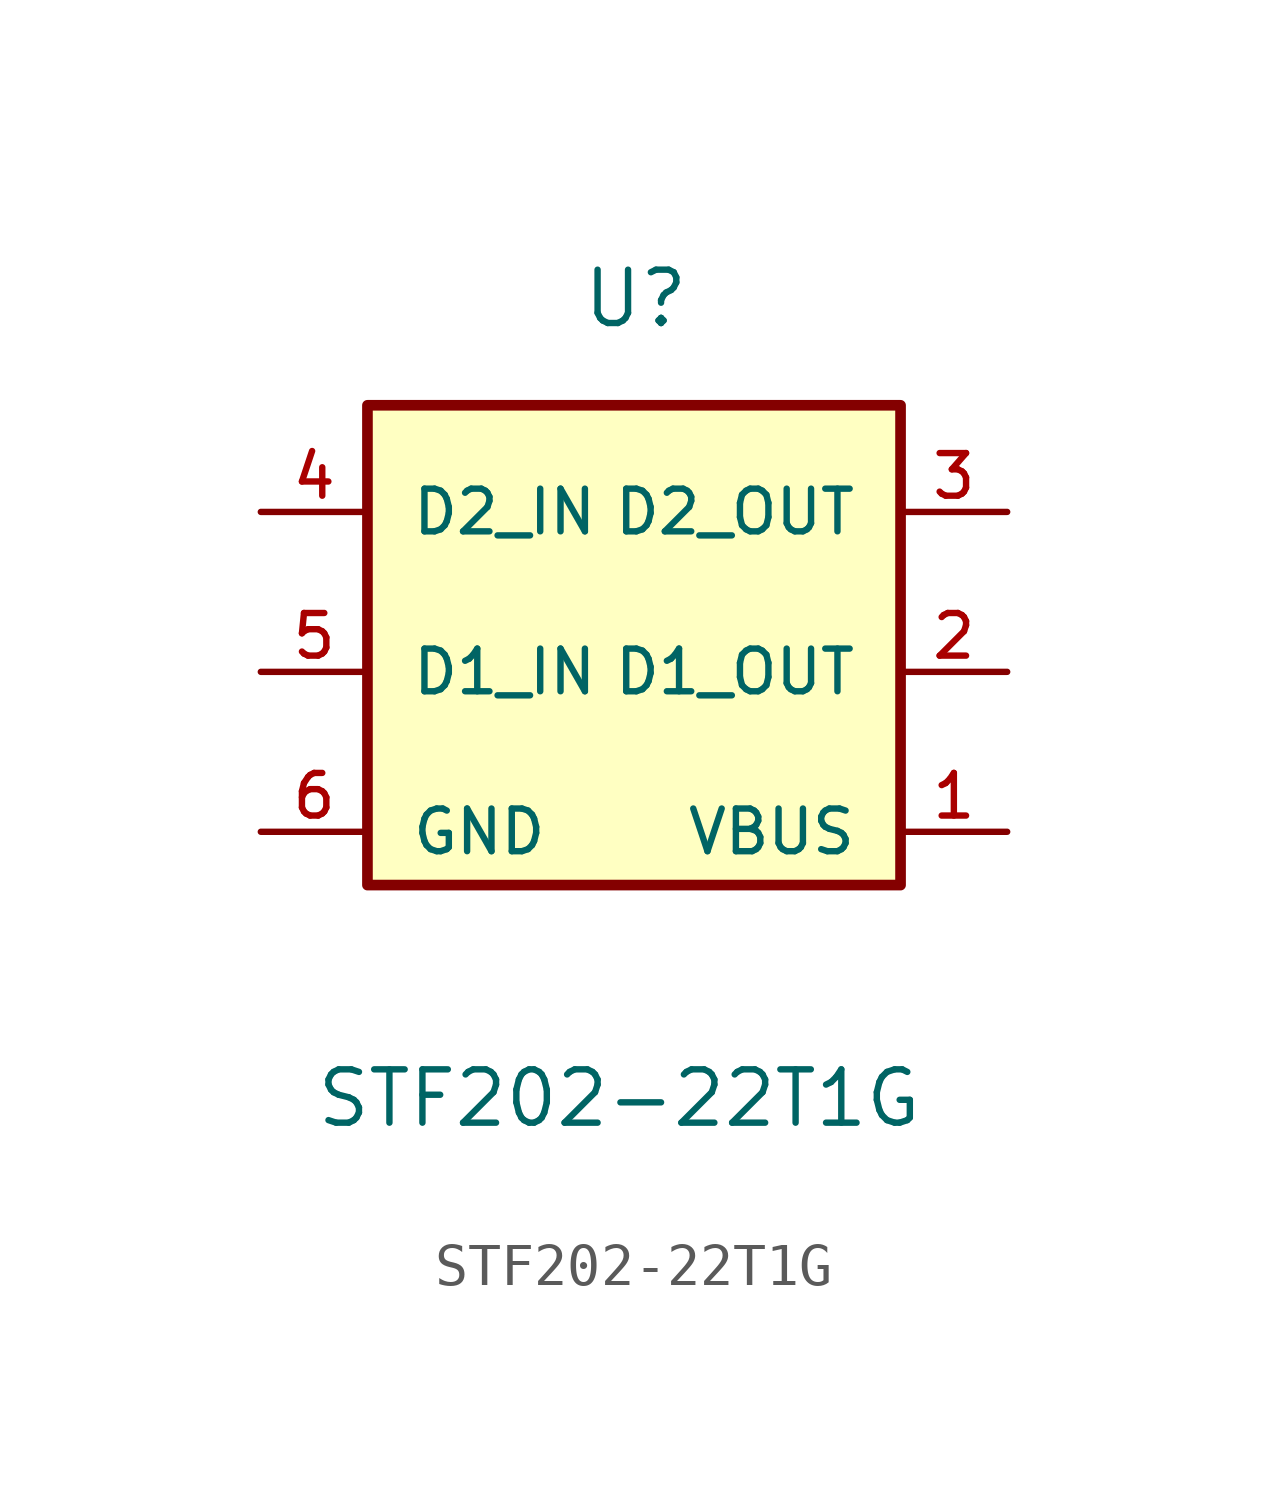
<source format=kicad_sym>
(kicad_symbol_lib
  (version 20211014)
  (generator kicad_symbol_editor)
  (symbol "STF202-22T1G"
    (pin_names
      (offset 1.016))
    (property "Reference" "U"
      (at -1.27 8.89 0)
      (effects (font (size 1.27 1.27)) (justify left)))
    (property "Value" "STF202-22T1G"
      (at -7.62 -10.16 0)
      (effects (font (size 1.27 1.27)) (justify left)))
    (symbol "STF202-22T1G_0_0"
      (rectangle (start -6.35 6.35) (end 6.35 -5.08) (stroke (width 0.254) (type default) (color 0 0 0 0)) (fill (type background)))
      (pin bidirectional line (at 8.89 -3.81 180) (length 2.54) (name "VBUS" (effects (font (size 1.016 1.016)))) (number "1" (effects (font (size 1.016 1.016)))))
      (pin bidirectional line (at 8.89 0 180) (length 2.54) (name "D1_OUT" (effects (font (size 1.016 1.016)))) (number "2" (effects (font (size 1.016 1.016)))))
      (pin bidirectional line (at 8.89 3.81 180) (length 2.54) (name "D2_OUT" (effects (font (size 1.016 1.016)))) (number "3" (effects (font (size 1.016 1.016)))))
      (pin bidirectional line (at -8.89 3.81 0) (length 2.54) (name "D2_IN" (effects (font (size 1.016 1.016)))) (number "4" (effects (font (size 1.016 1.016)))))
      (pin bidirectional line (at -8.89 0 0) (length 2.54) (name "D1_IN" (effects (font (size 1.016 1.016)))) (number "5" (effects (font (size 1.016 1.016)))))
      (pin power_in line (at -8.89 -3.81 0) (length 2.54) (name "GND" (effects (font (size 1.016 1.016)))) (number "6" (effects (font (size 1.016 1.016))))))))
</source>
